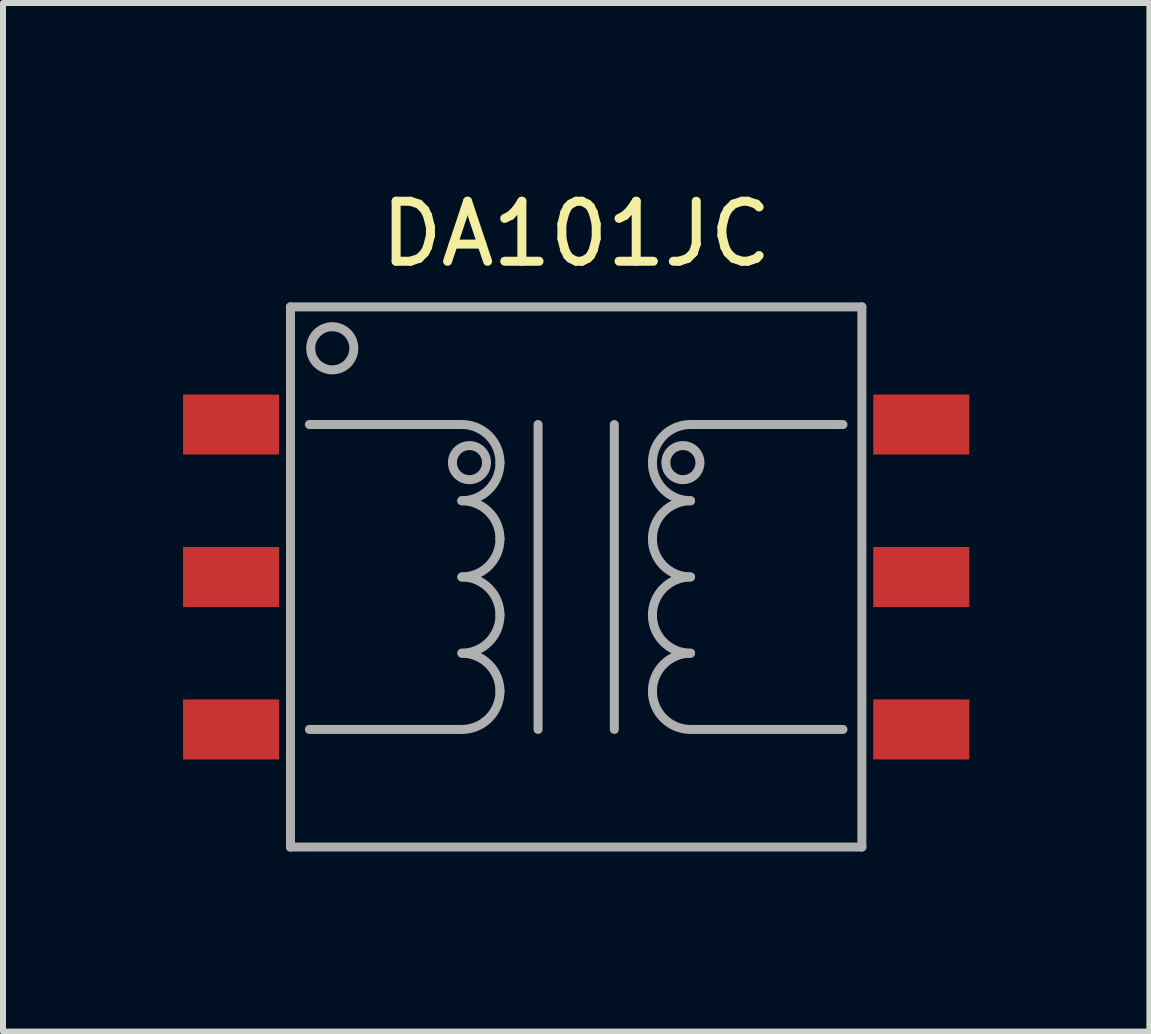
<source format=kicad_pcb>
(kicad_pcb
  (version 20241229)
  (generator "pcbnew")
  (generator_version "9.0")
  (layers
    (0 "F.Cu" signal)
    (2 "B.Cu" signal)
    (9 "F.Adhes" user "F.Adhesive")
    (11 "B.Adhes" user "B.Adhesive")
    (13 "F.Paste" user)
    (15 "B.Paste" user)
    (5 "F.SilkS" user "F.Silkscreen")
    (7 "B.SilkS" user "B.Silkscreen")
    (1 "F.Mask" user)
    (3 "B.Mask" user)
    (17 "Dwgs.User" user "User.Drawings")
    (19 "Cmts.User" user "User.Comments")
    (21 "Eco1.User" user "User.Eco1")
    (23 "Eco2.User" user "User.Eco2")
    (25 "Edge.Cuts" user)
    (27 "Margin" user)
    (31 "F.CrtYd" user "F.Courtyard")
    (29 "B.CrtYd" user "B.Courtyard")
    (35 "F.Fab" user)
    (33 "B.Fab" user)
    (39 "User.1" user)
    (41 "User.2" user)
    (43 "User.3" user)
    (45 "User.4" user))
  (footprint "DA101JC"
    (layer "F.Cu")
    (at 6.55 6.563)
    (property "Reference" "DA101JC" (at 0 -5.715 0) (layer "F.SilkS") (effects (font (size 1 1) (thickness 0.15))))
    (attr through_hole)
    (fp_line (start -4.76 -4.5) (end 4.76 -4.5) (stroke (width 0.15) (type solid)) (layer "F.Fab"))
    (fp_line (start -4.76 4.5) (end -4.76 -4.5) (stroke (width 0.15) (type solid)) (layer "F.Fab"))
    (fp_line (start -4.445 -2.54) (end -1.905 -2.54) (stroke (width 0.15) (type solid)) (layer "F.Fab"))
    (fp_line (start -4.445 2.54) (end -1.905 2.54) (stroke (width 0.15) (type solid)) (layer "F.Fab"))
    (fp_line (start -0.635 -2.54) (end -0.635 2.54) (stroke (width 0.15) (type solid)) (layer "F.Fab"))
    (fp_line (start 0.635 -2.54) (end 0.635 2.54) (stroke (width 0.15) (type solid)) (layer "F.Fab"))
    (fp_line (start 1.905 2.54) (end 4.445 2.54) (stroke (width 0.15) (type solid)) (layer "F.Fab"))
    (fp_line (start 4.445 -2.54) (end 1.905 -2.54) (stroke (width 0.15) (type solid)) (layer "F.Fab"))
    (fp_line (start 4.76 -4.5) (end 4.76 4.5) (stroke (width 0.15) (type solid)) (layer "F.Fab"))
    (fp_line (start 4.76 4.5) (end -4.76 4.5) (stroke (width 0.15) (type solid)) (layer "F.Fab"))
    (fp_arc (start -1.905 -2.54) (mid -1.455987 -2.354013) (end -1.27 -1.905) (stroke (width 0.15) (type solid)) (layer "F.Fab"))
    (fp_arc (start -1.905 -1.27) (mid -1.455987 -1.084013) (end -1.27 -0.635) (stroke (width 0.15) (type solid)) (layer "F.Fab"))
    (fp_arc (start -1.905 0) (mid -1.455987 0.185987) (end -1.27 0.635) (stroke (width 0.15) (type solid)) (layer "F.Fab"))
    (fp_arc (start -1.905 1.27) (mid -1.455987 1.455987) (end -1.27 1.905) (stroke (width 0.15) (type solid)) (layer "F.Fab"))
    (fp_arc (start -1.27 -1.905) (mid -1.455987 -1.455987) (end -1.905 -1.27) (stroke (width 0.15) (type solid)) (layer "F.Fab"))
    (fp_arc (start -1.27 -0.635) (mid -1.455987 -0.185987) (end -1.905 0) (stroke (width 0.15) (type solid)) (layer "F.Fab"))
    (fp_arc (start -1.27 0.635) (mid -1.455987 1.084013) (end -1.905 1.27) (stroke (width 0.15) (type solid)) (layer "F.Fab"))
    (fp_arc (start -1.27 1.905) (mid -1.455987 2.354013) (end -1.905 2.54) (stroke (width 0.15) (type solid)) (layer "F.Fab"))
    (fp_arc (start 1.27 -1.905) (mid 1.455987 -2.354013) (end 1.905 -2.54) (stroke (width 0.15) (type solid)) (layer "F.Fab"))
    (fp_arc (start 1.27 -0.635) (mid 1.455987 -1.084013) (end 1.905 -1.27) (stroke (width 0.15) (type solid)) (layer "F.Fab"))
    (fp_arc (start 1.27 0.635) (mid 1.455987 0.185987) (end 1.905 0) (stroke (width 0.15) (type solid)) (layer "F.Fab"))
    (fp_arc (start 1.27 1.905) (mid 1.455987 1.455987) (end 1.905 1.27) (stroke (width 0.15) (type solid)) (layer "F.Fab"))
    (fp_arc (start 1.905 -1.27) (mid 1.455987 -1.455987) (end 1.27 -1.905) (stroke (width 0.15) (type solid)) (layer "F.Fab"))
    (fp_arc (start 1.905 0) (mid 1.455987 -0.185987) (end 1.27 -0.635) (stroke (width 0.15) (type solid)) (layer "F.Fab"))
    (fp_arc (start 1.905 1.27) (mid 1.455987 1.084013) (end 1.27 0.635) (stroke (width 0.15) (type solid)) (layer "F.Fab"))
    (fp_arc (start 1.905 2.54) (mid 1.455987 2.354013) (end 1.27 1.905) (stroke (width 0.15) (type solid)) (layer "F.Fab"))
    (fp_circle (center -4.064 -3.81) (end -3.81 -3.556) (stroke (width 0.15) (type solid)) (fill no) (layer "F.Fab"))
    (fp_circle (center -1.778 -1.905) (end -1.651 -1.651) (stroke (width 0.15) (type solid)) (fill no) (layer "F.Fab"))
    (fp_circle (center 1.778 -1.905) (end 2.032 -1.778) (stroke (width 0.15) (type solid)) (fill no) (layer "F.Fab"))
    (pad "1" smd rect (at -5.75 -2.54) (size 1.6 1) (layers "F.Cu" "F.Mask" "F.Paste"))
    (pad "2" smd rect (at -5.75 0) (size 1.6 1) (layers "F.Cu" "F.Mask" "F.Paste"))
    (pad "3" smd rect (at -5.75 2.54) (size 1.6 1) (layers "F.Cu" "F.Mask" "F.Paste"))
    (pad "4" smd rect (at 5.75 2.54) (size 1.6 1) (layers "F.Cu" "F.Mask" "F.Paste"))
    (pad "5" smd rect (at 5.75 0) (size 1.6 1) (layers "F.Cu" "F.Mask" "F.Paste"))
    (pad "6" smd rect (at 5.75 -2.54) (size 1.6 1) (layers "F.Cu" "F.Mask" "F.Paste")))
  (gr_rect
    (start -3 -3)
    (end 16.1 14.138)
    (stroke (width 0.1) (type default))
    (fill no)
    (layer "Edge.Cuts")))
</source>
